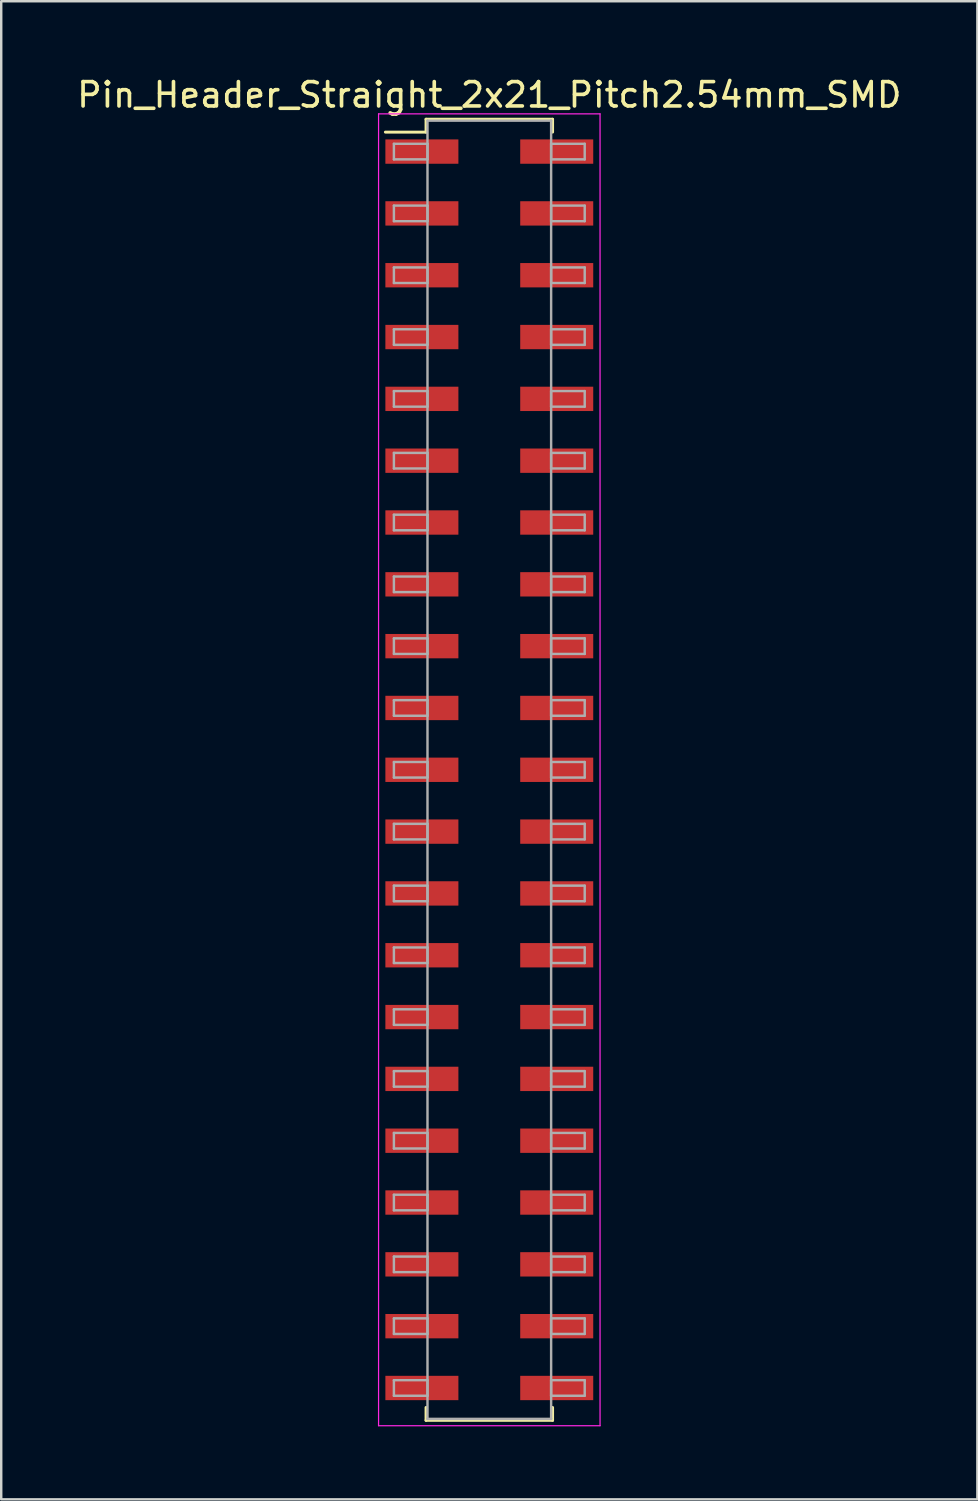
<source format=kicad_pcb>
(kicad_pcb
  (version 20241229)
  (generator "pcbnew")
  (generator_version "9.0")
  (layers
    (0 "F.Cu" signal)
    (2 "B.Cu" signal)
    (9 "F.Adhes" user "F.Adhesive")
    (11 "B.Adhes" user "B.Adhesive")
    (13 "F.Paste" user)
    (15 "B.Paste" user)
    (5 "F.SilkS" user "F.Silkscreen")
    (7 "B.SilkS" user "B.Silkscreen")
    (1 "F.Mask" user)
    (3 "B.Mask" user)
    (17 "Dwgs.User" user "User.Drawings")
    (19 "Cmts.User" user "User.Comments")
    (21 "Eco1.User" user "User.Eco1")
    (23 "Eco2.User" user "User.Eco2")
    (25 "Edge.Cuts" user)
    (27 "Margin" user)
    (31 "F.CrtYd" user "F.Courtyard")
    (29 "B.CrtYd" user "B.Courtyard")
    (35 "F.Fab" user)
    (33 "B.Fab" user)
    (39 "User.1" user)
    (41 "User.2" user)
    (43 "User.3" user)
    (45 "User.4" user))
  (footprint "Pin_Header_Straight_2x21_Pitch2.54mm_SMD"
    (layer "F.Cu")
    (at 17.054 28.578)
    (property "Reference" "Pin_Header_Straight_2x21_Pitch2.54mm_SMD" (at 0 -27.73 0) (layer "F.SilkS") (effects (font (size 1 1) (thickness 0.15))))
    (attr smd)
    (fp_line (start -4.27 -26.2) (end -2.6 -26.2) (stroke (width 0.12) (type solid)) (layer "F.SilkS"))
    (fp_line (start -2.6 -26.73) (end 2.6 -26.73) (stroke (width 0.12) (type solid)) (layer "F.SilkS"))
    (fp_line (start -2.6 -26.2) (end -2.6 -26.73) (stroke (width 0.12) (type solid)) (layer "F.SilkS"))
    (fp_line (start -2.6 26.2) (end -2.6 26.73) (stroke (width 0.12) (type solid)) (layer "F.SilkS"))
    (fp_line (start -2.6 26.73) (end 2.6 26.73) (stroke (width 0.12) (type solid)) (layer "F.SilkS"))
    (fp_line (start 2.6 -26.73) (end 2.6 -26.2) (stroke (width 0.12) (type solid)) (layer "F.SilkS"))
    (fp_line (start 2.6 26.73) (end 2.6 26.2) (stroke (width 0.12) (type solid)) (layer "F.SilkS"))
    (fp_line (start -4.55 -26.95) (end -4.55 26.95) (stroke (width 0.05) (type solid)) (layer "F.CrtYd"))
    (fp_line (start -4.55 26.95) (end 4.55 26.95) (stroke (width 0.05) (type solid)) (layer "F.CrtYd"))
    (fp_line (start 4.55 -26.95) (end -4.55 -26.95) (stroke (width 0.05) (type solid)) (layer "F.CrtYd"))
    (fp_line (start 4.55 26.95) (end 4.55 -26.95) (stroke (width 0.05) (type solid)) (layer "F.CrtYd"))
    (fp_line (start -3.92 -25.72) (end -2.54 -25.72) (stroke (width 0.1) (type solid)) (layer "F.Fab"))
    (fp_line (start -3.92 -25.08) (end -3.92 -25.72) (stroke (width 0.1) (type solid)) (layer "F.Fab"))
    (fp_line (start -3.92 -23.18) (end -2.54 -23.18) (stroke (width 0.1) (type solid)) (layer "F.Fab"))
    (fp_line (start -3.92 -22.54) (end -3.92 -23.18) (stroke (width 0.1) (type solid)) (layer "F.Fab"))
    (fp_line (start -3.92 -20.64) (end -2.54 -20.64) (stroke (width 0.1) (type solid)) (layer "F.Fab"))
    (fp_line (start -3.92 -20) (end -3.92 -20.64) (stroke (width 0.1) (type solid)) (layer "F.Fab"))
    (fp_line (start -3.92 -18.1) (end -2.54 -18.1) (stroke (width 0.1) (type solid)) (layer "F.Fab"))
    (fp_line (start -3.92 -17.46) (end -3.92 -18.1) (stroke (width 0.1) (type solid)) (layer "F.Fab"))
    (fp_line (start -3.92 -15.56) (end -2.54 -15.56) (stroke (width 0.1) (type solid)) (layer "F.Fab"))
    (fp_line (start -3.92 -14.92) (end -3.92 -15.56) (stroke (width 0.1) (type solid)) (layer "F.Fab"))
    (fp_line (start -3.92 -13.02) (end -2.54 -13.02) (stroke (width 0.1) (type solid)) (layer "F.Fab"))
    (fp_line (start -3.92 -12.38) (end -3.92 -13.02) (stroke (width 0.1) (type solid)) (layer "F.Fab"))
    (fp_line (start -3.92 -10.48) (end -2.54 -10.48) (stroke (width 0.1) (type solid)) (layer "F.Fab"))
    (fp_line (start -3.92 -9.84) (end -3.92 -10.48) (stroke (width 0.1) (type solid)) (layer "F.Fab"))
    (fp_line (start -3.92 -7.94) (end -2.54 -7.94) (stroke (width 0.1) (type solid)) (layer "F.Fab"))
    (fp_line (start -3.92 -7.3) (end -3.92 -7.94) (stroke (width 0.1) (type solid)) (layer "F.Fab"))
    (fp_line (start -3.92 -5.4) (end -2.54 -5.4) (stroke (width 0.1) (type solid)) (layer "F.Fab"))
    (fp_line (start -3.92 -4.76) (end -3.92 -5.4) (stroke (width 0.1) (type solid)) (layer "F.Fab"))
    (fp_line (start -3.92 -2.86) (end -2.54 -2.86) (stroke (width 0.1) (type solid)) (layer "F.Fab"))
    (fp_line (start -3.92 -2.22) (end -3.92 -2.86) (stroke (width 0.1) (type solid)) (layer "F.Fab"))
    (fp_line (start -3.92 -0.32) (end -2.54 -0.32) (stroke (width 0.1) (type solid)) (layer "F.Fab"))
    (fp_line (start -3.92 0.32) (end -3.92 -0.32) (stroke (width 0.1) (type solid)) (layer "F.Fab"))
    (fp_line (start -3.92 2.22) (end -2.54 2.22) (stroke (width 0.1) (type solid)) (layer "F.Fab"))
    (fp_line (start -3.92 2.86) (end -3.92 2.22) (stroke (width 0.1) (type solid)) (layer "F.Fab"))
    (fp_line (start -3.92 4.76) (end -2.54 4.76) (stroke (width 0.1) (type solid)) (layer "F.Fab"))
    (fp_line (start -3.92 5.4) (end -3.92 4.76) (stroke (width 0.1) (type solid)) (layer "F.Fab"))
    (fp_line (start -3.92 7.3) (end -2.54 7.3) (stroke (width 0.1) (type solid)) (layer "F.Fab"))
    (fp_line (start -3.92 7.94) (end -3.92 7.3) (stroke (width 0.1) (type solid)) (layer "F.Fab"))
    (fp_line (start -3.92 9.84) (end -2.54 9.84) (stroke (width 0.1) (type solid)) (layer "F.Fab"))
    (fp_line (start -3.92 10.48) (end -3.92 9.84) (stroke (width 0.1) (type solid)) (layer "F.Fab"))
    (fp_line (start -3.92 12.38) (end -2.54 12.38) (stroke (width 0.1) (type solid)) (layer "F.Fab"))
    (fp_line (start -3.92 13.02) (end -3.92 12.38) (stroke (width 0.1) (type solid)) (layer "F.Fab"))
    (fp_line (start -3.92 14.92) (end -2.54 14.92) (stroke (width 0.1) (type solid)) (layer "F.Fab"))
    (fp_line (start -3.92 15.56) (end -3.92 14.92) (stroke (width 0.1) (type solid)) (layer "F.Fab"))
    (fp_line (start -3.92 17.46) (end -2.54 17.46) (stroke (width 0.1) (type solid)) (layer "F.Fab"))
    (fp_line (start -3.92 18.1) (end -3.92 17.46) (stroke (width 0.1) (type solid)) (layer "F.Fab"))
    (fp_line (start -3.92 20) (end -2.54 20) (stroke (width 0.1) (type solid)) (layer "F.Fab"))
    (fp_line (start -3.92 20.64) (end -3.92 20) (stroke (width 0.1) (type solid)) (layer "F.Fab"))
    (fp_line (start -3.92 22.54) (end -2.54 22.54) (stroke (width 0.1) (type solid)) (layer "F.Fab"))
    (fp_line (start -3.92 23.18) (end -3.92 22.54) (stroke (width 0.1) (type solid)) (layer "F.Fab"))
    (fp_line (start -3.92 25.08) (end -2.54 25.08) (stroke (width 0.1) (type solid)) (layer "F.Fab"))
    (fp_line (start -3.92 25.72) (end -3.92 25.08) (stroke (width 0.1) (type solid)) (layer "F.Fab"))
    (fp_line (start -2.54 -26.67) (end -2.54 26.67) (stroke (width 0.1) (type solid)) (layer "F.Fab"))
    (fp_line (start -2.54 -25.72) (end -2.54 -25.08) (stroke (width 0.1) (type solid)) (layer "F.Fab"))
    (fp_line (start -2.54 -25.08) (end -3.92 -25.08) (stroke (width 0.1) (type solid)) (layer "F.Fab"))
    (fp_line (start -2.54 -23.18) (end -2.54 -22.54) (stroke (width 0.1) (type solid)) (layer "F.Fab"))
    (fp_line (start -2.54 -22.54) (end -3.92 -22.54) (stroke (width 0.1) (type solid)) (layer "F.Fab"))
    (fp_line (start -2.54 -20.64) (end -2.54 -20) (stroke (width 0.1) (type solid)) (layer "F.Fab"))
    (fp_line (start -2.54 -20) (end -3.92 -20) (stroke (width 0.1) (type solid)) (layer "F.Fab"))
    (fp_line (start -2.54 -18.1) (end -2.54 -17.46) (stroke (width 0.1) (type solid)) (layer "F.Fab"))
    (fp_line (start -2.54 -17.46) (end -3.92 -17.46) (stroke (width 0.1) (type solid)) (layer "F.Fab"))
    (fp_line (start -2.54 -15.56) (end -2.54 -14.92) (stroke (width 0.1) (type solid)) (layer "F.Fab"))
    (fp_line (start -2.54 -14.92) (end -3.92 -14.92) (stroke (width 0.1) (type solid)) (layer "F.Fab"))
    (fp_line (start -2.54 -13.02) (end -2.54 -12.38) (stroke (width 0.1) (type solid)) (layer "F.Fab"))
    (fp_line (start -2.54 -12.38) (end -3.92 -12.38) (stroke (width 0.1) (type solid)) (layer "F.Fab"))
    (fp_line (start -2.54 -10.48) (end -2.54 -9.84) (stroke (width 0.1) (type solid)) (layer "F.Fab"))
    (fp_line (start -2.54 -9.84) (end -3.92 -9.84) (stroke (width 0.1) (type solid)) (layer "F.Fab"))
    (fp_line (start -2.54 -7.94) (end -2.54 -7.3) (stroke (width 0.1) (type solid)) (layer "F.Fab"))
    (fp_line (start -2.54 -7.3) (end -3.92 -7.3) (stroke (width 0.1) (type solid)) (layer "F.Fab"))
    (fp_line (start -2.54 -5.4) (end -2.54 -4.76) (stroke (width 0.1) (type solid)) (layer "F.Fab"))
    (fp_line (start -2.54 -4.76) (end -3.92 -4.76) (stroke (width 0.1) (type solid)) (layer "F.Fab"))
    (fp_line (start -2.54 -2.86) (end -2.54 -2.22) (stroke (width 0.1) (type solid)) (layer "F.Fab"))
    (fp_line (start -2.54 -2.22) (end -3.92 -2.22) (stroke (width 0.1) (type solid)) (layer "F.Fab"))
    (fp_line (start -2.54 -0.32) (end -2.54 0.32) (stroke (width 0.1) (type solid)) (layer "F.Fab"))
    (fp_line (start -2.54 0.32) (end -3.92 0.32) (stroke (width 0.1) (type solid)) (layer "F.Fab"))
    (fp_line (start -2.54 2.22) (end -2.54 2.86) (stroke (width 0.1) (type solid)) (layer "F.Fab"))
    (fp_line (start -2.54 2.86) (end -3.92 2.86) (stroke (width 0.1) (type solid)) (layer "F.Fab"))
    (fp_line (start -2.54 4.76) (end -2.54 5.4) (stroke (width 0.1) (type solid)) (layer "F.Fab"))
    (fp_line (start -2.54 5.4) (end -3.92 5.4) (stroke (width 0.1) (type solid)) (layer "F.Fab"))
    (fp_line (start -2.54 7.3) (end -2.54 7.94) (stroke (width 0.1) (type solid)) (layer "F.Fab"))
    (fp_line (start -2.54 7.94) (end -3.92 7.94) (stroke (width 0.1) (type solid)) (layer "F.Fab"))
    (fp_line (start -2.54 9.84) (end -2.54 10.48) (stroke (width 0.1) (type solid)) (layer "F.Fab"))
    (fp_line (start -2.54 10.48) (end -3.92 10.48) (stroke (width 0.1) (type solid)) (layer "F.Fab"))
    (fp_line (start -2.54 12.38) (end -2.54 13.02) (stroke (width 0.1) (type solid)) (layer "F.Fab"))
    (fp_line (start -2.54 13.02) (end -3.92 13.02) (stroke (width 0.1) (type solid)) (layer "F.Fab"))
    (fp_line (start -2.54 14.92) (end -2.54 15.56) (stroke (width 0.1) (type solid)) (layer "F.Fab"))
    (fp_line (start -2.54 15.56) (end -3.92 15.56) (stroke (width 0.1) (type solid)) (layer "F.Fab"))
    (fp_line (start -2.54 17.46) (end -2.54 18.1) (stroke (width 0.1) (type solid)) (layer "F.Fab"))
    (fp_line (start -2.54 18.1) (end -3.92 18.1) (stroke (width 0.1) (type solid)) (layer "F.Fab"))
    (fp_line (start -2.54 20) (end -2.54 20.64) (stroke (width 0.1) (type solid)) (layer "F.Fab"))
    (fp_line (start -2.54 20.64) (end -3.92 20.64) (stroke (width 0.1) (type solid)) (layer "F.Fab"))
    (fp_line (start -2.54 22.54) (end -2.54 23.18) (stroke (width 0.1) (type solid)) (layer "F.Fab"))
    (fp_line (start -2.54 23.18) (end -3.92 23.18) (stroke (width 0.1) (type solid)) (layer "F.Fab"))
    (fp_line (start -2.54 25.08) (end -2.54 25.72) (stroke (width 0.1) (type solid)) (layer "F.Fab"))
    (fp_line (start -2.54 25.72) (end -3.92 25.72) (stroke (width 0.1) (type solid)) (layer "F.Fab"))
    (fp_line (start -2.54 26.67) (end 2.54 26.67) (stroke (width 0.1) (type solid)) (layer "F.Fab"))
    (fp_line (start 2.54 -26.67) (end -2.54 -26.67) (stroke (width 0.1) (type solid)) (layer "F.Fab"))
    (fp_line (start 2.54 -25.72) (end 2.54 -25.08) (stroke (width 0.1) (type solid)) (layer "F.Fab"))
    (fp_line (start 2.54 -25.08) (end 3.92 -25.08) (stroke (width 0.1) (type solid)) (layer "F.Fab"))
    (fp_line (start 2.54 -23.18) (end 2.54 -22.54) (stroke (width 0.1) (type solid)) (layer "F.Fab"))
    (fp_line (start 2.54 -22.54) (end 3.92 -22.54) (stroke (width 0.1) (type solid)) (layer "F.Fab"))
    (fp_line (start 2.54 -20.64) (end 2.54 -20) (stroke (width 0.1) (type solid)) (layer "F.Fab"))
    (fp_line (start 2.54 -20) (end 3.92 -20) (stroke (width 0.1) (type solid)) (layer "F.Fab"))
    (fp_line (start 2.54 -18.1) (end 2.54 -17.46) (stroke (width 0.1) (type solid)) (layer "F.Fab"))
    (fp_line (start 2.54 -17.46) (end 3.92 -17.46) (stroke (width 0.1) (type solid)) (layer "F.Fab"))
    (fp_line (start 2.54 -15.56) (end 2.54 -14.92) (stroke (width 0.1) (type solid)) (layer "F.Fab"))
    (fp_line (start 2.54 -14.92) (end 3.92 -14.92) (stroke (width 0.1) (type solid)) (layer "F.Fab"))
    (fp_line (start 2.54 -13.02) (end 2.54 -12.38) (stroke (width 0.1) (type solid)) (layer "F.Fab"))
    (fp_line (start 2.54 -12.38) (end 3.92 -12.38) (stroke (width 0.1) (type solid)) (layer "F.Fab"))
    (fp_line (start 2.54 -10.48) (end 2.54 -9.84) (stroke (width 0.1) (type solid)) (layer "F.Fab"))
    (fp_line (start 2.54 -9.84) (end 3.92 -9.84) (stroke (width 0.1) (type solid)) (layer "F.Fab"))
    (fp_line (start 2.54 -7.94) (end 2.54 -7.3) (stroke (width 0.1) (type solid)) (layer "F.Fab"))
    (fp_line (start 2.54 -7.3) (end 3.92 -7.3) (stroke (width 0.1) (type solid)) (layer "F.Fab"))
    (fp_line (start 2.54 -5.4) (end 2.54 -4.76) (stroke (width 0.1) (type solid)) (layer "F.Fab"))
    (fp_line (start 2.54 -4.76) (end 3.92 -4.76) (stroke (width 0.1) (type solid)) (layer "F.Fab"))
    (fp_line (start 2.54 -2.86) (end 2.54 -2.22) (stroke (width 0.1) (type solid)) (layer "F.Fab"))
    (fp_line (start 2.54 -2.22) (end 3.92 -2.22) (stroke (width 0.1) (type solid)) (layer "F.Fab"))
    (fp_line (start 2.54 -0.32) (end 2.54 0.32) (stroke (width 0.1) (type solid)) (layer "F.Fab"))
    (fp_line (start 2.54 0.32) (end 3.92 0.32) (stroke (width 0.1) (type solid)) (layer "F.Fab"))
    (fp_line (start 2.54 2.22) (end 2.54 2.86) (stroke (width 0.1) (type solid)) (layer "F.Fab"))
    (fp_line (start 2.54 2.86) (end 3.92 2.86) (stroke (width 0.1) (type solid)) (layer "F.Fab"))
    (fp_line (start 2.54 4.76) (end 2.54 5.4) (stroke (width 0.1) (type solid)) (layer "F.Fab"))
    (fp_line (start 2.54 5.4) (end 3.92 5.4) (stroke (width 0.1) (type solid)) (layer "F.Fab"))
    (fp_line (start 2.54 7.3) (end 2.54 7.94) (stroke (width 0.1) (type solid)) (layer "F.Fab"))
    (fp_line (start 2.54 7.94) (end 3.92 7.94) (stroke (width 0.1) (type solid)) (layer "F.Fab"))
    (fp_line (start 2.54 9.84) (end 2.54 10.48) (stroke (width 0.1) (type solid)) (layer "F.Fab"))
    (fp_line (start 2.54 10.48) (end 3.92 10.48) (stroke (width 0.1) (type solid)) (layer "F.Fab"))
    (fp_line (start 2.54 12.38) (end 2.54 13.02) (stroke (width 0.1) (type solid)) (layer "F.Fab"))
    (fp_line (start 2.54 13.02) (end 3.92 13.02) (stroke (width 0.1) (type solid)) (layer "F.Fab"))
    (fp_line (start 2.54 14.92) (end 2.54 15.56) (stroke (width 0.1) (type solid)) (layer "F.Fab"))
    (fp_line (start 2.54 15.56) (end 3.92 15.56) (stroke (width 0.1) (type solid)) (layer "F.Fab"))
    (fp_line (start 2.54 17.46) (end 2.54 18.1) (stroke (width 0.1) (type solid)) (layer "F.Fab"))
    (fp_line (start 2.54 18.1) (end 3.92 18.1) (stroke (width 0.1) (type solid)) (layer "F.Fab"))
    (fp_line (start 2.54 20) (end 2.54 20.64) (stroke (width 0.1) (type solid)) (layer "F.Fab"))
    (fp_line (start 2.54 20.64) (end 3.92 20.64) (stroke (width 0.1) (type solid)) (layer "F.Fab"))
    (fp_line (start 2.54 22.54) (end 2.54 23.18) (stroke (width 0.1) (type solid)) (layer "F.Fab"))
    (fp_line (start 2.54 23.18) (end 3.92 23.18) (stroke (width 0.1) (type solid)) (layer "F.Fab"))
    (fp_line (start 2.54 25.08) (end 2.54 25.72) (stroke (width 0.1) (type solid)) (layer "F.Fab"))
    (fp_line (start 2.54 25.72) (end 3.92 25.72) (stroke (width 0.1) (type solid)) (layer "F.Fab"))
    (fp_line (start 2.54 26.67) (end 2.54 -26.67) (stroke (width 0.1) (type solid)) (layer "F.Fab"))
    (fp_line (start 3.92 -25.72) (end 2.54 -25.72) (stroke (width 0.1) (type solid)) (layer "F.Fab"))
    (fp_line (start 3.92 -25.08) (end 3.92 -25.72) (stroke (width 0.1) (type solid)) (layer "F.Fab"))
    (fp_line (start 3.92 -23.18) (end 2.54 -23.18) (stroke (width 0.1) (type solid)) (layer "F.Fab"))
    (fp_line (start 3.92 -22.54) (end 3.92 -23.18) (stroke (width 0.1) (type solid)) (layer "F.Fab"))
    (fp_line (start 3.92 -20.64) (end 2.54 -20.64) (stroke (width 0.1) (type solid)) (layer "F.Fab"))
    (fp_line (start 3.92 -20) (end 3.92 -20.64) (stroke (width 0.1) (type solid)) (layer "F.Fab"))
    (fp_line (start 3.92 -18.1) (end 2.54 -18.1) (stroke (width 0.1) (type solid)) (layer "F.Fab"))
    (fp_line (start 3.92 -17.46) (end 3.92 -18.1) (stroke (width 0.1) (type solid)) (layer "F.Fab"))
    (fp_line (start 3.92 -15.56) (end 2.54 -15.56) (stroke (width 0.1) (type solid)) (layer "F.Fab"))
    (fp_line (start 3.92 -14.92) (end 3.92 -15.56) (stroke (width 0.1) (type solid)) (layer "F.Fab"))
    (fp_line (start 3.92 -13.02) (end 2.54 -13.02) (stroke (width 0.1) (type solid)) (layer "F.Fab"))
    (fp_line (start 3.92 -12.38) (end 3.92 -13.02) (stroke (width 0.1) (type solid)) (layer "F.Fab"))
    (fp_line (start 3.92 -10.48) (end 2.54 -10.48) (stroke (width 0.1) (type solid)) (layer "F.Fab"))
    (fp_line (start 3.92 -9.84) (end 3.92 -10.48) (stroke (width 0.1) (type solid)) (layer "F.Fab"))
    (fp_line (start 3.92 -7.94) (end 2.54 -7.94) (stroke (width 0.1) (type solid)) (layer "F.Fab"))
    (fp_line (start 3.92 -7.3) (end 3.92 -7.94) (stroke (width 0.1) (type solid)) (layer "F.Fab"))
    (fp_line (start 3.92 -5.4) (end 2.54 -5.4) (stroke (width 0.1) (type solid)) (layer "F.Fab"))
    (fp_line (start 3.92 -4.76) (end 3.92 -5.4) (stroke (width 0.1) (type solid)) (layer "F.Fab"))
    (fp_line (start 3.92 -2.86) (end 2.54 -2.86) (stroke (width 0.1) (type solid)) (layer "F.Fab"))
    (fp_line (start 3.92 -2.22) (end 3.92 -2.86) (stroke (width 0.1) (type solid)) (layer "F.Fab"))
    (fp_line (start 3.92 -0.32) (end 2.54 -0.32) (stroke (width 0.1) (type solid)) (layer "F.Fab"))
    (fp_line (start 3.92 0.32) (end 3.92 -0.32) (stroke (width 0.1) (type solid)) (layer "F.Fab"))
    (fp_line (start 3.92 2.22) (end 2.54 2.22) (stroke (width 0.1) (type solid)) (layer "F.Fab"))
    (fp_line (start 3.92 2.86) (end 3.92 2.22) (stroke (width 0.1) (type solid)) (layer "F.Fab"))
    (fp_line (start 3.92 4.76) (end 2.54 4.76) (stroke (width 0.1) (type solid)) (layer "F.Fab"))
    (fp_line (start 3.92 5.4) (end 3.92 4.76) (stroke (width 0.1) (type solid)) (layer "F.Fab"))
    (fp_line (start 3.92 7.3) (end 2.54 7.3) (stroke (width 0.1) (type solid)) (layer "F.Fab"))
    (fp_line (start 3.92 7.94) (end 3.92 7.3) (stroke (width 0.1) (type solid)) (layer "F.Fab"))
    (fp_line (start 3.92 9.84) (end 2.54 9.84) (stroke (width 0.1) (type solid)) (layer "F.Fab"))
    (fp_line (start 3.92 10.48) (end 3.92 9.84) (stroke (width 0.1) (type solid)) (layer "F.Fab"))
    (fp_line (start 3.92 12.38) (end 2.54 12.38) (stroke (width 0.1) (type solid)) (layer "F.Fab"))
    (fp_line (start 3.92 13.02) (end 3.92 12.38) (stroke (width 0.1) (type solid)) (layer "F.Fab"))
    (fp_line (start 3.92 14.92) (end 2.54 14.92) (stroke (width 0.1) (type solid)) (layer "F.Fab"))
    (fp_line (start 3.92 15.56) (end 3.92 14.92) (stroke (width 0.1) (type solid)) (layer "F.Fab"))
    (fp_line (start 3.92 17.46) (end 2.54 17.46) (stroke (width 0.1) (type solid)) (layer "F.Fab"))
    (fp_line (start 3.92 18.1) (end 3.92 17.46) (stroke (width 0.1) (type solid)) (layer "F.Fab"))
    (fp_line (start 3.92 20) (end 2.54 20) (stroke (width 0.1) (type solid)) (layer "F.Fab"))
    (fp_line (start 3.92 20.64) (end 3.92 20) (stroke (width 0.1) (type solid)) (layer "F.Fab"))
    (fp_line (start 3.92 22.54) (end 2.54 22.54) (stroke (width 0.1) (type solid)) (layer "F.Fab"))
    (fp_line (start 3.92 23.18) (end 3.92 22.54) (stroke (width 0.1) (type solid)) (layer "F.Fab"))
    (fp_line (start 3.92 25.08) (end 2.54 25.08) (stroke (width 0.1) (type solid)) (layer "F.Fab"))
    (fp_line (start 3.92 25.72) (end 3.92 25.08) (stroke (width 0.1) (type solid)) (layer "F.Fab"))
    (pad "1" smd rect (at -2.77 -25.4) (size 3 1) (layers "F.Cu" "F.Mask"))
    (pad "2" smd rect (at 2.77 -25.4) (size 3 1) (layers "F.Cu" "F.Mask"))
    (pad "3" smd rect (at -2.77 -22.86) (size 3 1) (layers "F.Cu" "F.Mask"))
    (pad "4" smd rect (at 2.77 -22.86) (size 3 1) (layers "F.Cu" "F.Mask"))
    (pad "5" smd rect (at -2.77 -20.32) (size 3 1) (layers "F.Cu" "F.Mask"))
    (pad "6" smd rect (at 2.77 -20.32) (size 3 1) (layers "F.Cu" "F.Mask"))
    (pad "7" smd rect (at -2.77 -17.78) (size 3 1) (layers "F.Cu" "F.Mask"))
    (pad "8" smd rect (at 2.77 -17.78) (size 3 1) (layers "F.Cu" "F.Mask"))
    (pad "9" smd rect (at -2.77 -15.24) (size 3 1) (layers "F.Cu" "F.Mask"))
    (pad "10" smd rect (at 2.77 -15.24) (size 3 1) (layers "F.Cu" "F.Mask"))
    (pad "11" smd rect (at -2.77 -12.7) (size 3 1) (layers "F.Cu" "F.Mask"))
    (pad "12" smd rect (at 2.77 -12.7) (size 3 1) (layers "F.Cu" "F.Mask"))
    (pad "13" smd rect (at -2.77 -10.16) (size 3 1) (layers "F.Cu" "F.Mask"))
    (pad "14" smd rect (at 2.77 -10.16) (size 3 1) (layers "F.Cu" "F.Mask"))
    (pad "15" smd rect (at -2.77 -7.62) (size 3 1) (layers "F.Cu" "F.Mask"))
    (pad "16" smd rect (at 2.77 -7.62) (size 3 1) (layers "F.Cu" "F.Mask"))
    (pad "17" smd rect (at -2.77 -5.08) (size 3 1) (layers "F.Cu" "F.Mask"))
    (pad "18" smd rect (at 2.77 -5.08) (size 3 1) (layers "F.Cu" "F.Mask"))
    (pad "19" smd rect (at -2.77 -2.54) (size 3 1) (layers "F.Cu" "F.Mask"))
    (pad "20" smd rect (at 2.77 -2.54) (size 3 1) (layers "F.Cu" "F.Mask"))
    (pad "21" smd rect (at -2.77 0) (size 3 1) (layers "F.Cu" "F.Mask"))
    (pad "22" smd rect (at 2.77 0) (size 3 1) (layers "F.Cu" "F.Mask"))
    (pad "23" smd rect (at -2.77 2.54) (size 3 1) (layers "F.Cu" "F.Mask"))
    (pad "24" smd rect (at 2.77 2.54) (size 3 1) (layers "F.Cu" "F.Mask"))
    (pad "25" smd rect (at -2.77 5.08) (size 3 1) (layers "F.Cu" "F.Mask"))
    (pad "26" smd rect (at 2.77 5.08) (size 3 1) (layers "F.Cu" "F.Mask"))
    (pad "27" smd rect (at -2.77 7.62) (size 3 1) (layers "F.Cu" "F.Mask"))
    (pad "28" smd rect (at 2.77 7.62) (size 3 1) (layers "F.Cu" "F.Mask"))
    (pad "29" smd rect (at -2.77 10.16) (size 3 1) (layers "F.Cu" "F.Mask"))
    (pad "30" smd rect (at 2.77 10.16) (size 3 1) (layers "F.Cu" "F.Mask"))
    (pad "31" smd rect (at -2.77 12.7) (size 3 1) (layers "F.Cu" "F.Mask"))
    (pad "32" smd rect (at 2.77 12.7) (size 3 1) (layers "F.Cu" "F.Mask"))
    (pad "33" smd rect (at -2.77 15.24) (size 3 1) (layers "F.Cu" "F.Mask"))
    (pad "34" smd rect (at 2.77 15.24) (size 3 1) (layers "F.Cu" "F.Mask"))
    (pad "35" smd rect (at -2.77 17.78) (size 3 1) (layers "F.Cu" "F.Mask"))
    (pad "36" smd rect (at 2.77 17.78) (size 3 1) (layers "F.Cu" "F.Mask"))
    (pad "37" smd rect (at -2.77 20.32) (size 3 1) (layers "F.Cu" "F.Mask"))
    (pad "38" smd rect (at 2.77 20.32) (size 3 1) (layers "F.Cu" "F.Mask"))
    (pad "39" smd rect (at -2.77 22.86) (size 3 1) (layers "F.Cu" "F.Mask"))
    (pad "40" smd rect (at 2.77 22.86) (size 3 1) (layers "F.Cu" "F.Mask"))
    (pad "41" smd rect (at -2.77 25.4) (size 3 1) (layers "F.Cu" "F.Mask"))
    (pad "42" smd rect (at 2.77 25.4) (size 3 1) (layers "F.Cu" "F.Mask")))
  (gr_rect
    (start -3 -3)
    (end 37.107 58.553)
    (stroke (width 0.1) (type default))
    (fill no)
    (layer "Edge.Cuts")))
</source>
